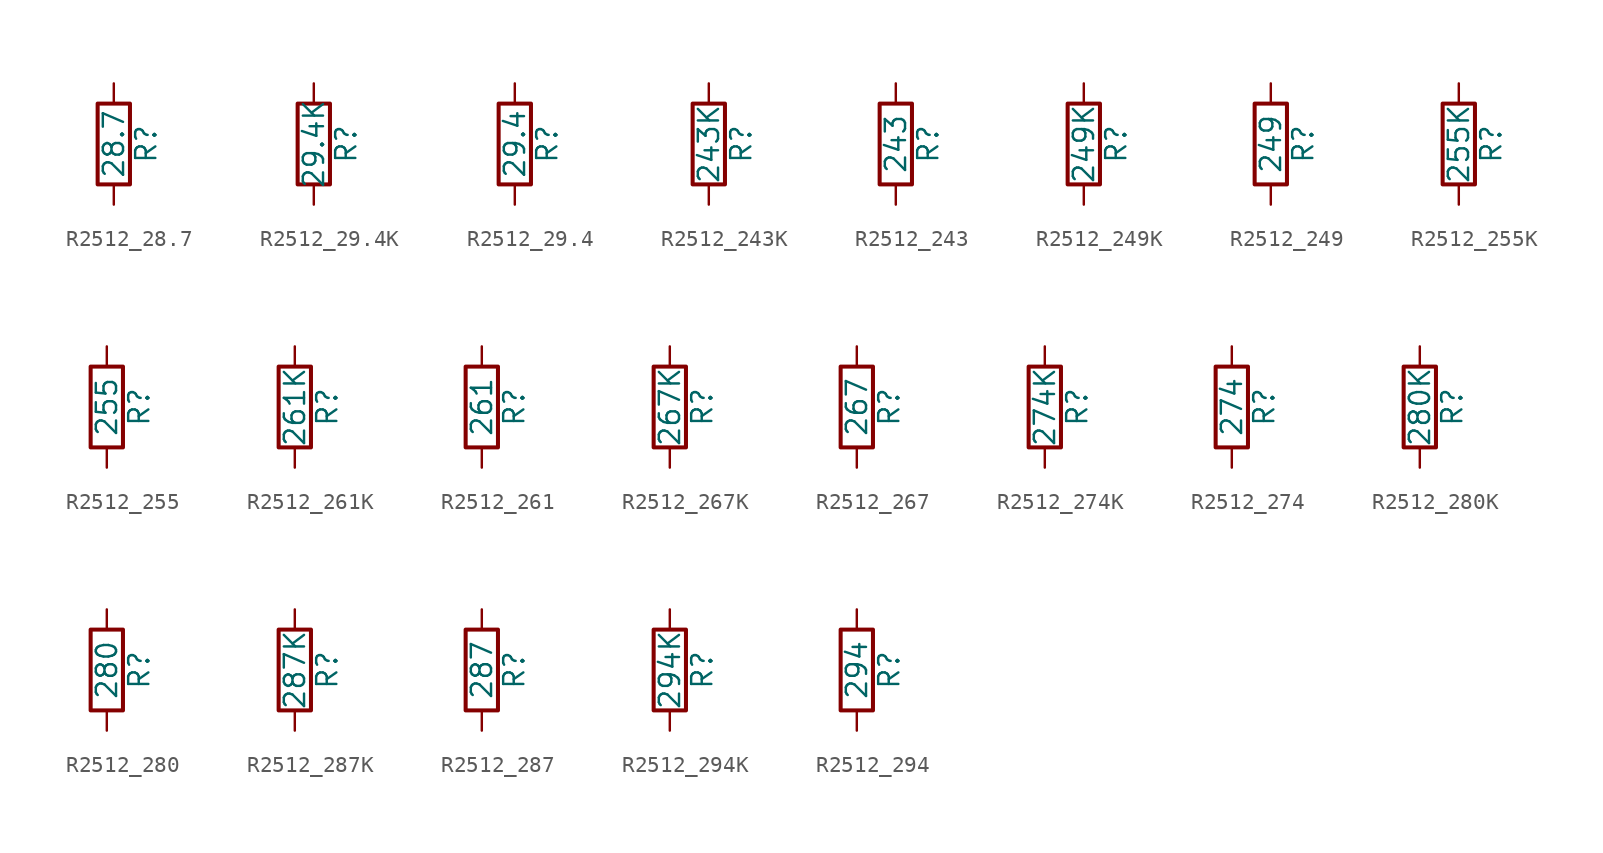
<source format=kicad_sym>
(kicad_symbol_lib
  (version 20211014)
  (generator atlantix-eda)
  (symbol "R2512_28.7"
    (pin_numbers hide)
    (pin_names
      (offset 0))
    (property "Reference" "R"
      (at 2.032 0 90)
      (effects (font (size 1.27 1.27))))
    (property "Value" "28.7"
      (at 0 0 90)
      (effects (font (size 1.27 1.27))))
    (symbol "R2512_28.7_0_1"
      (rectangle (start -1.016 -2.54) (end 1.016 2.54) (stroke (width 0.254) (type default) (color 0 0 0 0)) (fill (type none))))
    (symbol "R2512_28.7_1_1"
      (pin passive line (at 0 3.81 270) (length 1.27) (name "~" (effects (font (size 1.27 1.27)))) (number "1" (effects (font (size 1.27 1.27)))))
      (pin passive line (at 0 -3.81 90) (length 1.27) (name "~" (effects (font (size 1.27 1.27)))) (number "2" (effects (font (size 1.27 1.27)))))))
  (symbol "R2512_29.4K"
    (pin_numbers hide)
    (pin_names
      (offset 0))
    (property "Reference" "R"
      (at 2.032 0 90)
      (effects (font (size 1.27 1.27))))
    (property "Value" "29.4K"
      (at 0 0 90)
      (effects (font (size 1.27 1.27))))
    (symbol "R2512_29.4K_0_1"
      (rectangle (start -1.016 -2.54) (end 1.016 2.54) (stroke (width 0.254) (type default) (color 0 0 0 0)) (fill (type none))))
    (symbol "R2512_29.4K_1_1"
      (pin passive line (at 0 3.81 270) (length 1.27) (name "~" (effects (font (size 1.27 1.27)))) (number "1" (effects (font (size 1.27 1.27)))))
      (pin passive line (at 0 -3.81 90) (length 1.27) (name "~" (effects (font (size 1.27 1.27)))) (number "2" (effects (font (size 1.27 1.27)))))))
  (symbol "R2512_29.4"
    (pin_numbers hide)
    (pin_names
      (offset 0))
    (property "Reference" "R"
      (at 2.032 0 90)
      (effects (font (size 1.27 1.27))))
    (property "Value" "29.4"
      (at 0 0 90)
      (effects (font (size 1.27 1.27))))
    (symbol "R2512_29.4_0_1"
      (rectangle (start -1.016 -2.54) (end 1.016 2.54) (stroke (width 0.254) (type default) (color 0 0 0 0)) (fill (type none))))
    (symbol "R2512_29.4_1_1"
      (pin passive line (at 0 3.81 270) (length 1.27) (name "~" (effects (font (size 1.27 1.27)))) (number "1" (effects (font (size 1.27 1.27)))))
      (pin passive line (at 0 -3.81 90) (length 1.27) (name "~" (effects (font (size 1.27 1.27)))) (number "2" (effects (font (size 1.27 1.27)))))))
  (symbol "R2512_243K"
    (pin_numbers hide)
    (pin_names
      (offset 0))
    (property "Reference" "R"
      (at 2.032 0 90)
      (effects (font (size 1.27 1.27))))
    (property "Value" "243K"
      (at 0 0 90)
      (effects (font (size 1.27 1.27))))
    (symbol "R2512_243K_0_1"
      (rectangle (start -1.016 -2.54) (end 1.016 2.54) (stroke (width 0.254) (type default) (color 0 0 0 0)) (fill (type none))))
    (symbol "R2512_243K_1_1"
      (pin passive line (at 0 3.81 270) (length 1.27) (name "~" (effects (font (size 1.27 1.27)))) (number "1" (effects (font (size 1.27 1.27)))))
      (pin passive line (at 0 -3.81 90) (length 1.27) (name "~" (effects (font (size 1.27 1.27)))) (number "2" (effects (font (size 1.27 1.27)))))))
  (symbol "R2512_243"
    (pin_numbers hide)
    (pin_names
      (offset 0))
    (property "Reference" "R"
      (at 2.032 0 90)
      (effects (font (size 1.27 1.27))))
    (property "Value" "243"
      (at 0 0 90)
      (effects (font (size 1.27 1.27))))
    (symbol "R2512_243_0_1"
      (rectangle (start -1.016 -2.54) (end 1.016 2.54) (stroke (width 0.254) (type default) (color 0 0 0 0)) (fill (type none))))
    (symbol "R2512_243_1_1"
      (pin passive line (at 0 3.81 270) (length 1.27) (name "~" (effects (font (size 1.27 1.27)))) (number "1" (effects (font (size 1.27 1.27)))))
      (pin passive line (at 0 -3.81 90) (length 1.27) (name "~" (effects (font (size 1.27 1.27)))) (number "2" (effects (font (size 1.27 1.27)))))))
  (symbol "R2512_249K"
    (pin_numbers hide)
    (pin_names
      (offset 0))
    (property "Reference" "R"
      (at 2.032 0 90)
      (effects (font (size 1.27 1.27))))
    (property "Value" "249K"
      (at 0 0 90)
      (effects (font (size 1.27 1.27))))
    (symbol "R2512_249K_0_1"
      (rectangle (start -1.016 -2.54) (end 1.016 2.54) (stroke (width 0.254) (type default) (color 0 0 0 0)) (fill (type none))))
    (symbol "R2512_249K_1_1"
      (pin passive line (at 0 3.81 270) (length 1.27) (name "~" (effects (font (size 1.27 1.27)))) (number "1" (effects (font (size 1.27 1.27)))))
      (pin passive line (at 0 -3.81 90) (length 1.27) (name "~" (effects (font (size 1.27 1.27)))) (number "2" (effects (font (size 1.27 1.27)))))))
  (symbol "R2512_249"
    (pin_numbers hide)
    (pin_names
      (offset 0))
    (property "Reference" "R"
      (at 2.032 0 90)
      (effects (font (size 1.27 1.27))))
    (property "Value" "249"
      (at 0 0 90)
      (effects (font (size 1.27 1.27))))
    (symbol "R2512_249_0_1"
      (rectangle (start -1.016 -2.54) (end 1.016 2.54) (stroke (width 0.254) (type default) (color 0 0 0 0)) (fill (type none))))
    (symbol "R2512_249_1_1"
      (pin passive line (at 0 3.81 270) (length 1.27) (name "~" (effects (font (size 1.27 1.27)))) (number "1" (effects (font (size 1.27 1.27)))))
      (pin passive line (at 0 -3.81 90) (length 1.27) (name "~" (effects (font (size 1.27 1.27)))) (number "2" (effects (font (size 1.27 1.27)))))))
  (symbol "R2512_255K"
    (pin_numbers hide)
    (pin_names
      (offset 0))
    (property "Reference" "R"
      (at 2.032 0 90)
      (effects (font (size 1.27 1.27))))
    (property "Value" "255K"
      (at 0 0 90)
      (effects (font (size 1.27 1.27))))
    (symbol "R2512_255K_0_1"
      (rectangle (start -1.016 -2.54) (end 1.016 2.54) (stroke (width 0.254) (type default) (color 0 0 0 0)) (fill (type none))))
    (symbol "R2512_255K_1_1"
      (pin passive line (at 0 3.81 270) (length 1.27) (name "~" (effects (font (size 1.27 1.27)))) (number "1" (effects (font (size 1.27 1.27)))))
      (pin passive line (at 0 -3.81 90) (length 1.27) (name "~" (effects (font (size 1.27 1.27)))) (number "2" (effects (font (size 1.27 1.27)))))))
  (symbol "R2512_255"
    (pin_numbers hide)
    (pin_names
      (offset 0))
    (property "Reference" "R"
      (at 2.032 0 90)
      (effects (font (size 1.27 1.27))))
    (property "Value" "255"
      (at 0 0 90)
      (effects (font (size 1.27 1.27))))
    (symbol "R2512_255_0_1"
      (rectangle (start -1.016 -2.54) (end 1.016 2.54) (stroke (width 0.254) (type default) (color 0 0 0 0)) (fill (type none))))
    (symbol "R2512_255_1_1"
      (pin passive line (at 0 3.81 270) (length 1.27) (name "~" (effects (font (size 1.27 1.27)))) (number "1" (effects (font (size 1.27 1.27)))))
      (pin passive line (at 0 -3.81 90) (length 1.27) (name "~" (effects (font (size 1.27 1.27)))) (number "2" (effects (font (size 1.27 1.27)))))))
  (symbol "R2512_261K"
    (pin_numbers hide)
    (pin_names
      (offset 0))
    (property "Reference" "R"
      (at 2.032 0 90)
      (effects (font (size 1.27 1.27))))
    (property "Value" "261K"
      (at 0 0 90)
      (effects (font (size 1.27 1.27))))
    (symbol "R2512_261K_0_1"
      (rectangle (start -1.016 -2.54) (end 1.016 2.54) (stroke (width 0.254) (type default) (color 0 0 0 0)) (fill (type none))))
    (symbol "R2512_261K_1_1"
      (pin passive line (at 0 3.81 270) (length 1.27) (name "~" (effects (font (size 1.27 1.27)))) (number "1" (effects (font (size 1.27 1.27)))))
      (pin passive line (at 0 -3.81 90) (length 1.27) (name "~" (effects (font (size 1.27 1.27)))) (number "2" (effects (font (size 1.27 1.27)))))))
  (symbol "R2512_261"
    (pin_numbers hide)
    (pin_names
      (offset 0))
    (property "Reference" "R"
      (at 2.032 0 90)
      (effects (font (size 1.27 1.27))))
    (property "Value" "261"
      (at 0 0 90)
      (effects (font (size 1.27 1.27))))
    (symbol "R2512_261_0_1"
      (rectangle (start -1.016 -2.54) (end 1.016 2.54) (stroke (width 0.254) (type default) (color 0 0 0 0)) (fill (type none))))
    (symbol "R2512_261_1_1"
      (pin passive line (at 0 3.81 270) (length 1.27) (name "~" (effects (font (size 1.27 1.27)))) (number "1" (effects (font (size 1.27 1.27)))))
      (pin passive line (at 0 -3.81 90) (length 1.27) (name "~" (effects (font (size 1.27 1.27)))) (number "2" (effects (font (size 1.27 1.27)))))))
  (symbol "R2512_267K"
    (pin_numbers hide)
    (pin_names
      (offset 0))
    (property "Reference" "R"
      (at 2.032 0 90)
      (effects (font (size 1.27 1.27))))
    (property "Value" "267K"
      (at 0 0 90)
      (effects (font (size 1.27 1.27))))
    (symbol "R2512_267K_0_1"
      (rectangle (start -1.016 -2.54) (end 1.016 2.54) (stroke (width 0.254) (type default) (color 0 0 0 0)) (fill (type none))))
    (symbol "R2512_267K_1_1"
      (pin passive line (at 0 3.81 270) (length 1.27) (name "~" (effects (font (size 1.27 1.27)))) (number "1" (effects (font (size 1.27 1.27)))))
      (pin passive line (at 0 -3.81 90) (length 1.27) (name "~" (effects (font (size 1.27 1.27)))) (number "2" (effects (font (size 1.27 1.27)))))))
  (symbol "R2512_267"
    (pin_numbers hide)
    (pin_names
      (offset 0))
    (property "Reference" "R"
      (at 2.032 0 90)
      (effects (font (size 1.27 1.27))))
    (property "Value" "267"
      (at 0 0 90)
      (effects (font (size 1.27 1.27))))
    (symbol "R2512_267_0_1"
      (rectangle (start -1.016 -2.54) (end 1.016 2.54) (stroke (width 0.254) (type default) (color 0 0 0 0)) (fill (type none))))
    (symbol "R2512_267_1_1"
      (pin passive line (at 0 3.81 270) (length 1.27) (name "~" (effects (font (size 1.27 1.27)))) (number "1" (effects (font (size 1.27 1.27)))))
      (pin passive line (at 0 -3.81 90) (length 1.27) (name "~" (effects (font (size 1.27 1.27)))) (number "2" (effects (font (size 1.27 1.27)))))))
  (symbol "R2512_274K"
    (pin_numbers hide)
    (pin_names
      (offset 0))
    (property "Reference" "R"
      (at 2.032 0 90)
      (effects (font (size 1.27 1.27))))
    (property "Value" "274K"
      (at 0 0 90)
      (effects (font (size 1.27 1.27))))
    (symbol "R2512_274K_0_1"
      (rectangle (start -1.016 -2.54) (end 1.016 2.54) (stroke (width 0.254) (type default) (color 0 0 0 0)) (fill (type none))))
    (symbol "R2512_274K_1_1"
      (pin passive line (at 0 3.81 270) (length 1.27) (name "~" (effects (font (size 1.27 1.27)))) (number "1" (effects (font (size 1.27 1.27)))))
      (pin passive line (at 0 -3.81 90) (length 1.27) (name "~" (effects (font (size 1.27 1.27)))) (number "2" (effects (font (size 1.27 1.27)))))))
  (symbol "R2512_274"
    (pin_numbers hide)
    (pin_names
      (offset 0))
    (property "Reference" "R"
      (at 2.032 0 90)
      (effects (font (size 1.27 1.27))))
    (property "Value" "274"
      (at 0 0 90)
      (effects (font (size 1.27 1.27))))
    (symbol "R2512_274_0_1"
      (rectangle (start -1.016 -2.54) (end 1.016 2.54) (stroke (width 0.254) (type default) (color 0 0 0 0)) (fill (type none))))
    (symbol "R2512_274_1_1"
      (pin passive line (at 0 3.81 270) (length 1.27) (name "~" (effects (font (size 1.27 1.27)))) (number "1" (effects (font (size 1.27 1.27)))))
      (pin passive line (at 0 -3.81 90) (length 1.27) (name "~" (effects (font (size 1.27 1.27)))) (number "2" (effects (font (size 1.27 1.27)))))))
  (symbol "R2512_280K"
    (pin_numbers hide)
    (pin_names
      (offset 0))
    (property "Reference" "R"
      (at 2.032 0 90)
      (effects (font (size 1.27 1.27))))
    (property "Value" "280K"
      (at 0 0 90)
      (effects (font (size 1.27 1.27))))
    (symbol "R2512_280K_0_1"
      (rectangle (start -1.016 -2.54) (end 1.016 2.54) (stroke (width 0.254) (type default) (color 0 0 0 0)) (fill (type none))))
    (symbol "R2512_280K_1_1"
      (pin passive line (at 0 3.81 270) (length 1.27) (name "~" (effects (font (size 1.27 1.27)))) (number "1" (effects (font (size 1.27 1.27)))))
      (pin passive line (at 0 -3.81 90) (length 1.27) (name "~" (effects (font (size 1.27 1.27)))) (number "2" (effects (font (size 1.27 1.27)))))))
  (symbol "R2512_280"
    (pin_numbers hide)
    (pin_names
      (offset 0))
    (property "Reference" "R"
      (at 2.032 0 90)
      (effects (font (size 1.27 1.27))))
    (property "Value" "280"
      (at 0 0 90)
      (effects (font (size 1.27 1.27))))
    (symbol "R2512_280_0_1"
      (rectangle (start -1.016 -2.54) (end 1.016 2.54) (stroke (width 0.254) (type default) (color 0 0 0 0)) (fill (type none))))
    (symbol "R2512_280_1_1"
      (pin passive line (at 0 3.81 270) (length 1.27) (name "~" (effects (font (size 1.27 1.27)))) (number "1" (effects (font (size 1.27 1.27)))))
      (pin passive line (at 0 -3.81 90) (length 1.27) (name "~" (effects (font (size 1.27 1.27)))) (number "2" (effects (font (size 1.27 1.27)))))))
  (symbol "R2512_287K"
    (pin_numbers hide)
    (pin_names
      (offset 0))
    (property "Reference" "R"
      (at 2.032 0 90)
      (effects (font (size 1.27 1.27))))
    (property "Value" "287K"
      (at 0 0 90)
      (effects (font (size 1.27 1.27))))
    (symbol "R2512_287K_0_1"
      (rectangle (start -1.016 -2.54) (end 1.016 2.54) (stroke (width 0.254) (type default) (color 0 0 0 0)) (fill (type none))))
    (symbol "R2512_287K_1_1"
      (pin passive line (at 0 3.81 270) (length 1.27) (name "~" (effects (font (size 1.27 1.27)))) (number "1" (effects (font (size 1.27 1.27)))))
      (pin passive line (at 0 -3.81 90) (length 1.27) (name "~" (effects (font (size 1.27 1.27)))) (number "2" (effects (font (size 1.27 1.27)))))))
  (symbol "R2512_287"
    (pin_numbers hide)
    (pin_names
      (offset 0))
    (property "Reference" "R"
      (at 2.032 0 90)
      (effects (font (size 1.27 1.27))))
    (property "Value" "287"
      (at 0 0 90)
      (effects (font (size 1.27 1.27))))
    (symbol "R2512_287_0_1"
      (rectangle (start -1.016 -2.54) (end 1.016 2.54) (stroke (width 0.254) (type default) (color 0 0 0 0)) (fill (type none))))
    (symbol "R2512_287_1_1"
      (pin passive line (at 0 3.81 270) (length 1.27) (name "~" (effects (font (size 1.27 1.27)))) (number "1" (effects (font (size 1.27 1.27)))))
      (pin passive line (at 0 -3.81 90) (length 1.27) (name "~" (effects (font (size 1.27 1.27)))) (number "2" (effects (font (size 1.27 1.27)))))))
  (symbol "R2512_294K"
    (pin_numbers hide)
    (pin_names
      (offset 0))
    (property "Reference" "R"
      (at 2.032 0 90)
      (effects (font (size 1.27 1.27))))
    (property "Value" "294K"
      (at 0 0 90)
      (effects (font (size 1.27 1.27))))
    (symbol "R2512_294K_0_1"
      (rectangle (start -1.016 -2.54) (end 1.016 2.54) (stroke (width 0.254) (type default) (color 0 0 0 0)) (fill (type none))))
    (symbol "R2512_294K_1_1"
      (pin passive line (at 0 3.81 270) (length 1.27) (name "~" (effects (font (size 1.27 1.27)))) (number "1" (effects (font (size 1.27 1.27)))))
      (pin passive line (at 0 -3.81 90) (length 1.27) (name "~" (effects (font (size 1.27 1.27)))) (number "2" (effects (font (size 1.27 1.27)))))))
  (symbol "R2512_294"
    (pin_numbers hide)
    (pin_names
      (offset 0))
    (property "Reference" "R"
      (at 2.032 0 90)
      (effects (font (size 1.27 1.27))))
    (property "Value" "294"
      (at 0 0 90)
      (effects (font (size 1.27 1.27))))
    (symbol "R2512_294_0_1"
      (rectangle (start -1.016 -2.54) (end 1.016 2.54) (stroke (width 0.254) (type default) (color 0 0 0 0)) (fill (type none))))
    (symbol "R2512_294_1_1"
      (pin passive line (at 0 3.81 270) (length 1.27) (name "~" (effects (font (size 1.27 1.27)))) (number "1" (effects (font (size 1.27 1.27)))))
      (pin passive line (at 0 -3.81 90) (length 1.27) (name "~" (effects (font (size 1.27 1.27)))) (number "2" (effects (font (size 1.27 1.27))))))))
</source>
